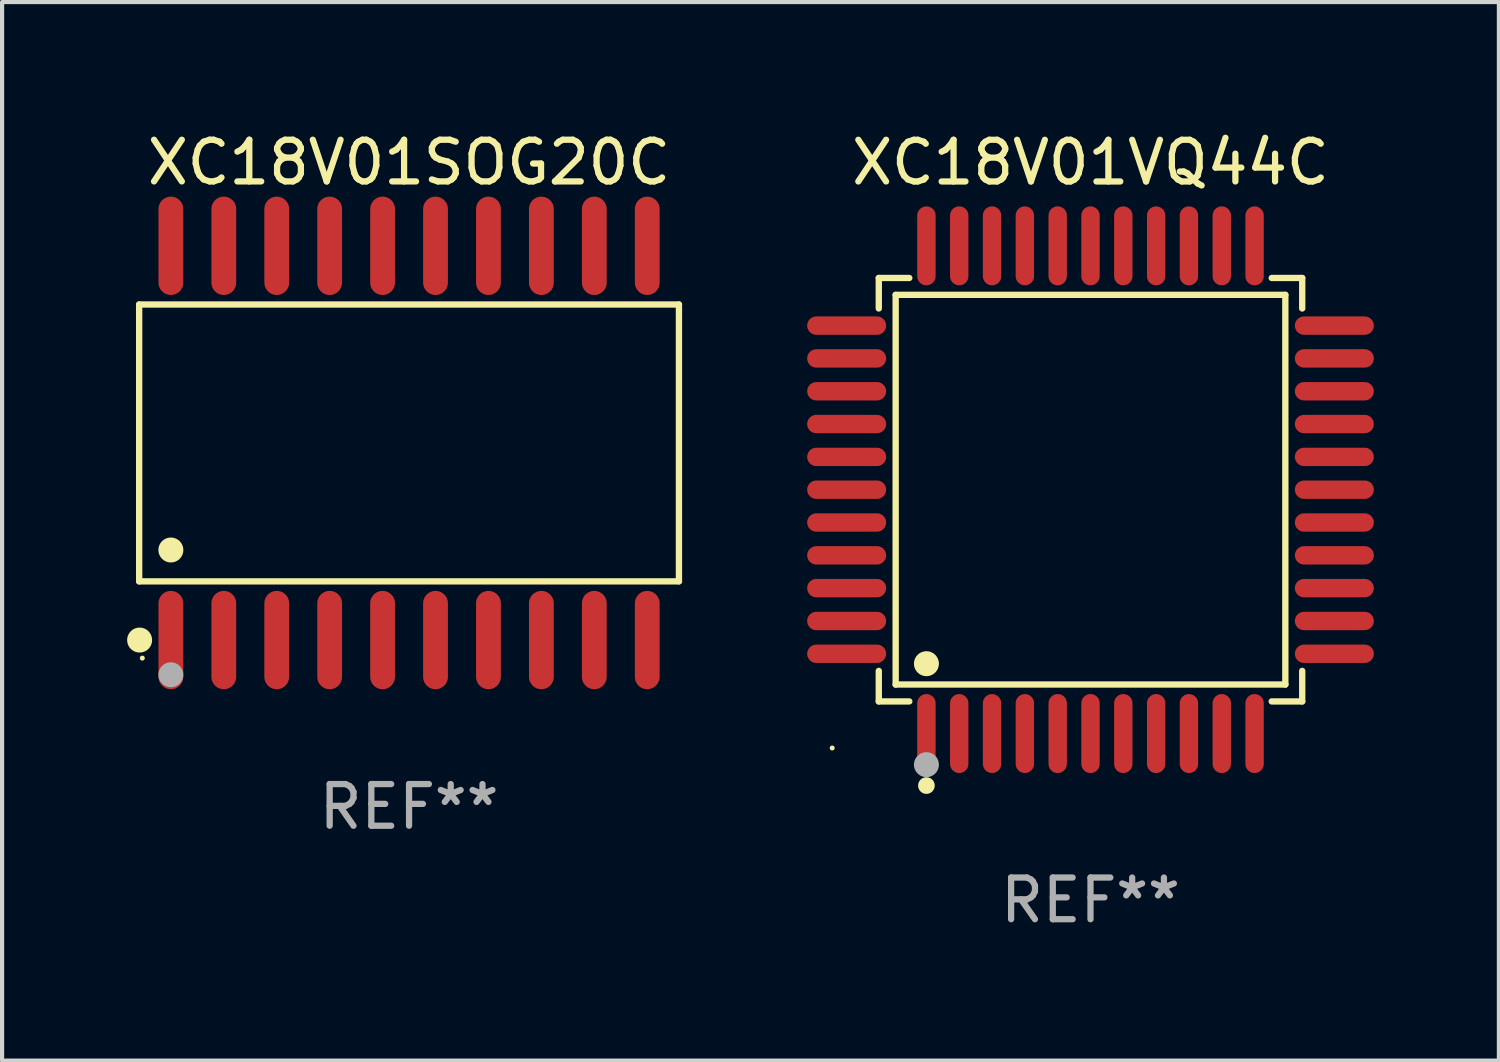
<source format=kicad_pcb>
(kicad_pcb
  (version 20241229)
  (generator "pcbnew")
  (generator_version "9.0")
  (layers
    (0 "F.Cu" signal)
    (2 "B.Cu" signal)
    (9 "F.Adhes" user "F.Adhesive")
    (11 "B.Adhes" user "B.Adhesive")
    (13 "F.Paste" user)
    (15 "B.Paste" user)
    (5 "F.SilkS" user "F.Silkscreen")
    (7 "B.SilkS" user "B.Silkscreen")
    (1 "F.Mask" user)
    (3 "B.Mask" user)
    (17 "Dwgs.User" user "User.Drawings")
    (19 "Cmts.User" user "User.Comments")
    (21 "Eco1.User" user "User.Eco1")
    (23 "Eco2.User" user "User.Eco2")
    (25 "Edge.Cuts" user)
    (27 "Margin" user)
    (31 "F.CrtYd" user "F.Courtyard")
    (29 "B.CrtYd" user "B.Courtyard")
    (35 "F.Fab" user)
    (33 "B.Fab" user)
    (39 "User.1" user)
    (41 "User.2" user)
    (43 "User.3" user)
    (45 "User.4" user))
  (footprint "XC18V01SOG20C"
    (layer "F.Cu")
    (at 6.765 7.578)
    (property "Reference" "XC18V01SOG20C" (at 0 -6.73 0) (layer "F.SilkS") (effects (font (size 1 1) (thickness 0.15))))
    (attr through_hole)
    (fp_line (start -6.476 -3.321) (end 6.476 -3.321) (stroke (width 0.152) (type solid)) (layer "F.SilkS"))
    (fp_line (start -6.476 3.321) (end -6.476 -3.321) (stroke (width 0.152) (type solid)) (layer "F.SilkS"))
    (fp_line (start 6.476 -3.321) (end 6.476 3.321) (stroke (width 0.152) (type solid)) (layer "F.SilkS"))
    (fp_line (start 6.476 3.321) (end -6.476 3.321) (stroke (width 0.152) (type solid)) (layer "F.SilkS"))
    (fp_circle (center -6.465 4.73) (end -6.315 4.73) (stroke (width 0.3) (type solid)) (fill no) (layer "F.SilkS"))
    (fp_circle (center -6.4 5.163) (end -6.37 5.163) (stroke (width 0.06) (type solid)) (fill no) (layer "F.SilkS"))
    (fp_circle (center -5.715 2.569) (end -5.565 2.569) (stroke (width 0.3) (type solid)) (fill no) (layer "F.SilkS"))
    (fp_circle (center -5.715 5.563) (end -5.565 5.563) (stroke (width 0.3) (type solid)) (fill no) (layer "F.Fab"))
    (fp_text user "REF**" (at 0 8.73 0) (layer "F.Fab") (effects (font (size 1 1) (thickness 0.15))))
    (pad "1" smd oval (at -5.715 4.73) (size 0.595 2.36) (layers "F.Cu" "F.Mask" "F.Paste"))
    (pad "2" smd oval (at -4.445 4.73) (size 0.595 2.36) (layers "F.Cu" "F.Mask" "F.Paste"))
    (pad "3" smd oval (at -3.175 4.73) (size 0.595 2.36) (layers "F.Cu" "F.Mask" "F.Paste"))
    (pad "4" smd oval (at -1.905 4.73) (size 0.595 2.36) (layers "F.Cu" "F.Mask" "F.Paste"))
    (pad "5" smd oval (at -0.635 4.73) (size 0.595 2.36) (layers "F.Cu" "F.Mask" "F.Paste"))
    (pad "6" smd oval (at 0.635 4.73) (size 0.595 2.36) (layers "F.Cu" "F.Mask" "F.Paste"))
    (pad "7" smd oval (at 1.905 4.73) (size 0.595 2.36) (layers "F.Cu" "F.Mask" "F.Paste"))
    (pad "8" smd oval (at 3.175 4.73) (size 0.595 2.36) (layers "F.Cu" "F.Mask" "F.Paste"))
    (pad "9" smd oval (at 4.445 4.73) (size 0.595 2.36) (layers "F.Cu" "F.Mask" "F.Paste"))
    (pad "10" smd oval (at 5.715 4.73) (size 0.595 2.36) (layers "F.Cu" "F.Mask" "F.Paste"))
    (pad "11" smd oval (at 5.715 -4.73) (size 0.595 2.36) (layers "F.Cu" "F.Mask" "F.Paste"))
    (pad "12" smd oval (at 4.445 -4.73) (size 0.595 2.36) (layers "F.Cu" "F.Mask" "F.Paste"))
    (pad "13" smd oval (at 3.175 -4.73) (size 0.595 2.36) (layers "F.Cu" "F.Mask" "F.Paste"))
    (pad "14" smd oval (at 1.905 -4.73) (size 0.595 2.36) (layers "F.Cu" "F.Mask" "F.Paste"))
    (pad "15" smd oval (at 0.635 -4.73) (size 0.595 2.36) (layers "F.Cu" "F.Mask" "F.Paste"))
    (pad "16" smd oval (at -0.635 -4.73) (size 0.595 2.36) (layers "F.Cu" "F.Mask" "F.Paste"))
    (pad "17" smd oval (at -1.905 -4.73) (size 0.595 2.36) (layers "F.Cu" "F.Mask" "F.Paste"))
    (pad "18" smd oval (at -3.175 -4.73) (size 0.595 2.36) (layers "F.Cu" "F.Mask" "F.Paste"))
    (pad "19" smd oval (at -4.445 -4.73) (size 0.595 2.36) (layers "F.Cu" "F.Mask" "F.Paste"))
    (pad "20" smd oval (at -5.715 -4.73) (size 0.595 2.36) (layers "F.Cu" "F.Mask" "F.Paste")))
  (footprint "XC18V01VQ44C"
    (layer "F.Cu")
    (at 23.116 8.7)
    (property "Reference" "XC18V01VQ44C" (at 0 -7.851 0) (layer "F.SilkS") (effects (font (size 1 1) (thickness 0.15))))
    (attr through_hole)
    (fp_line (start -5.08 -5.08) (end -4.348 -5.08) (stroke (width 0.152) (type solid)) (layer "F.SilkS"))
    (fp_line (start -5.08 -4.348) (end -5.08 -5.08) (stroke (width 0.152) (type solid)) (layer "F.SilkS"))
    (fp_line (start -5.08 4.348) (end -5.08 5.08) (stroke (width 0.152) (type solid)) (layer "F.SilkS"))
    (fp_line (start -5.08 5.08) (end -4.348 5.08) (stroke (width 0.152) (type solid)) (layer "F.SilkS"))
    (fp_line (start -4.675 -4.675) (end 4.675 -4.675) (stroke (width 0.152) (type solid)) (layer "F.SilkS"))
    (fp_line (start -4.675 4.675) (end -4.675 -4.675) (stroke (width 0.152) (type solid)) (layer "F.SilkS"))
    (fp_line (start 4.675 -4.675) (end 4.675 4.675) (stroke (width 0.152) (type solid)) (layer "F.SilkS"))
    (fp_line (start 4.675 4.675) (end -4.675 4.675) (stroke (width 0.152) (type solid)) (layer "F.SilkS"))
    (fp_line (start 5.08 -5.08) (end 4.348 -5.08) (stroke (width 0.152) (type solid)) (layer "F.SilkS"))
    (fp_line (start 5.08 -4.348) (end 5.08 -5.08) (stroke (width 0.152) (type solid)) (layer "F.SilkS"))
    (fp_line (start 5.08 4.348) (end 5.08 5.08) (stroke (width 0.152) (type solid)) (layer "F.SilkS"))
    (fp_line (start 5.08 5.08) (end 4.348 5.08) (stroke (width 0.152) (type solid)) (layer "F.SilkS"))
    (fp_circle (center -6.198 6.198) (end -6.168 6.198) (stroke (width 0.06) (type solid)) (fill no) (layer "F.SilkS"))
    (fp_circle (center -3.937 4.175) (end -3.787 4.175) (stroke (width 0.3) (type solid)) (fill no) (layer "F.SilkS"))
    (fp_circle (center -3.937 7.099) (end -3.837 7.099) (stroke (width 0.2) (type solid)) (fill no) (layer "F.SilkS"))
    (fp_circle (center -3.937 6.598) (end -3.787 6.598) (stroke (width 0.3) (type solid)) (fill no) (layer "F.Fab"))
    (fp_text user "REF**" (at 0 9.851 0) (layer "F.Fab") (effects (font (size 1 1) (thickness 0.15))))
    (pad "1" smd oval (at -3.937 5.851) (size 0.441 1.895) (layers "F.Cu" "F.Mask" "F.Paste"))
    (pad "2" smd oval (at -3.15 5.851) (size 0.441 1.895) (layers "F.Cu" "F.Mask" "F.Paste"))
    (pad "3" smd oval (at -2.362 5.851) (size 0.441 1.895) (layers "F.Cu" "F.Mask" "F.Paste"))
    (pad "4" smd oval (at -1.575 5.851) (size 0.441 1.895) (layers "F.Cu" "F.Mask" "F.Paste"))
    (pad "5" smd oval (at -0.787 5.851) (size 0.441 1.895) (layers "F.Cu" "F.Mask" "F.Paste"))
    (pad "6" smd oval (at 0 5.851) (size 0.441 1.895) (layers "F.Cu" "F.Mask" "F.Paste"))
    (pad "7" smd oval (at 0.787 5.851) (size 0.441 1.895) (layers "F.Cu" "F.Mask" "F.Paste"))
    (pad "8" smd oval (at 1.575 5.851) (size 0.441 1.895) (layers "F.Cu" "F.Mask" "F.Paste"))
    (pad "9" smd oval (at 2.362 5.851) (size 0.441 1.895) (layers "F.Cu" "F.Mask" "F.Paste"))
    (pad "10" smd oval (at 3.15 5.851) (size 0.441 1.895) (layers "F.Cu" "F.Mask" "F.Paste"))
    (pad "11" smd oval (at 3.937 5.851) (size 0.441 1.895) (layers "F.Cu" "F.Mask" "F.Paste"))
    (pad "12" smd oval (at 5.851 3.937) (size 1.895 0.441) (layers "F.Cu" "F.Mask" "F.Paste"))
    (pad "13" smd oval (at 5.851 3.15) (size 1.895 0.441) (layers "F.Cu" "F.Mask" "F.Paste"))
    (pad "14" smd oval (at 5.851 2.362) (size 1.895 0.441) (layers "F.Cu" "F.Mask" "F.Paste"))
    (pad "15" smd oval (at 5.851 1.575) (size 1.895 0.441) (layers "F.Cu" "F.Mask" "F.Paste"))
    (pad "16" smd oval (at 5.851 0.787) (size 1.895 0.441) (layers "F.Cu" "F.Mask" "F.Paste"))
    (pad "17" smd oval (at 5.851 0) (size 1.895 0.441) (layers "F.Cu" "F.Mask" "F.Paste"))
    (pad "18" smd oval (at 5.851 -0.787) (size 1.895 0.441) (layers "F.Cu" "F.Mask" "F.Paste"))
    (pad "19" smd oval (at 5.851 -1.575) (size 1.895 0.441) (layers "F.Cu" "F.Mask" "F.Paste"))
    (pad "20" smd oval (at 5.851 -2.362) (size 1.895 0.441) (layers "F.Cu" "F.Mask" "F.Paste"))
    (pad "21" smd oval (at 5.851 -3.15) (size 1.895 0.441) (layers "F.Cu" "F.Mask" "F.Paste"))
    (pad "22" smd oval (at 5.851 -3.937) (size 1.895 0.441) (layers "F.Cu" "F.Mask" "F.Paste"))
    (pad "23" smd oval (at 3.937 -5.851) (size 0.441 1.895) (layers "F.Cu" "F.Mask" "F.Paste"))
    (pad "24" smd oval (at 3.15 -5.851) (size 0.441 1.895) (layers "F.Cu" "F.Mask" "F.Paste"))
    (pad "25" smd oval (at 2.362 -5.851) (size 0.441 1.895) (layers "F.Cu" "F.Mask" "F.Paste"))
    (pad "26" smd oval (at 1.575 -5.851) (size 0.441 1.895) (layers "F.Cu" "F.Mask" "F.Paste"))
    (pad "27" smd oval (at 0.787 -5.851) (size 0.441 1.895) (layers "F.Cu" "F.Mask" "F.Paste"))
    (pad "28" smd oval (at 0 -5.851) (size 0.441 1.895) (layers "F.Cu" "F.Mask" "F.Paste"))
    (pad "29" smd oval (at -0.787 -5.851) (size 0.441 1.895) (layers "F.Cu" "F.Mask" "F.Paste"))
    (pad "30" smd oval (at -1.575 -5.851) (size 0.441 1.895) (layers "F.Cu" "F.Mask" "F.Paste"))
    (pad "31" smd oval (at -2.362 -5.851) (size 0.441 1.895) (layers "F.Cu" "F.Mask" "F.Paste"))
    (pad "32" smd oval (at -3.15 -5.851) (size 0.441 1.895) (layers "F.Cu" "F.Mask" "F.Paste"))
    (pad "33" smd oval (at -3.937 -5.851) (size 0.441 1.895) (layers "F.Cu" "F.Mask" "F.Paste"))
    (pad "34" smd oval (at -5.851 -3.937) (size 1.895 0.441) (layers "F.Cu" "F.Mask" "F.Paste"))
    (pad "35" smd oval (at -5.851 -3.15) (size 1.895 0.441) (layers "F.Cu" "F.Mask" "F.Paste"))
    (pad "36" smd oval (at -5.851 -2.362) (size 1.895 0.441) (layers "F.Cu" "F.Mask" "F.Paste"))
    (pad "37" smd oval (at -5.851 -1.575) (size 1.895 0.441) (layers "F.Cu" "F.Mask" "F.Paste"))
    (pad "38" smd oval (at -5.851 -0.787) (size 1.895 0.441) (layers "F.Cu" "F.Mask" "F.Paste"))
    (pad "39" smd oval (at -5.851 0) (size 1.895 0.441) (layers "F.Cu" "F.Mask" "F.Paste"))
    (pad "40" smd oval (at -5.851 0.787) (size 1.895 0.441) (layers "F.Cu" "F.Mask" "F.Paste"))
    (pad "41" smd oval (at -5.851 1.575) (size 1.895 0.441) (layers "F.Cu" "F.Mask" "F.Paste"))
    (pad "42" smd oval (at -5.851 2.362) (size 1.895 0.441) (layers "F.Cu" "F.Mask" "F.Paste"))
    (pad "43" smd oval (at -5.851 3.15) (size 1.895 0.441) (layers "F.Cu" "F.Mask" "F.Paste"))
    (pad "44" smd oval (at -5.851 3.937) (size 1.895 0.441) (layers "F.Cu" "F.Mask" "F.Paste")))
  (gr_rect
    (start -3 -3)
    (end 32.915 22.399)
    (stroke (width 0.1) (type default))
    (fill no)
    (layer "Edge.Cuts")))
</source>
